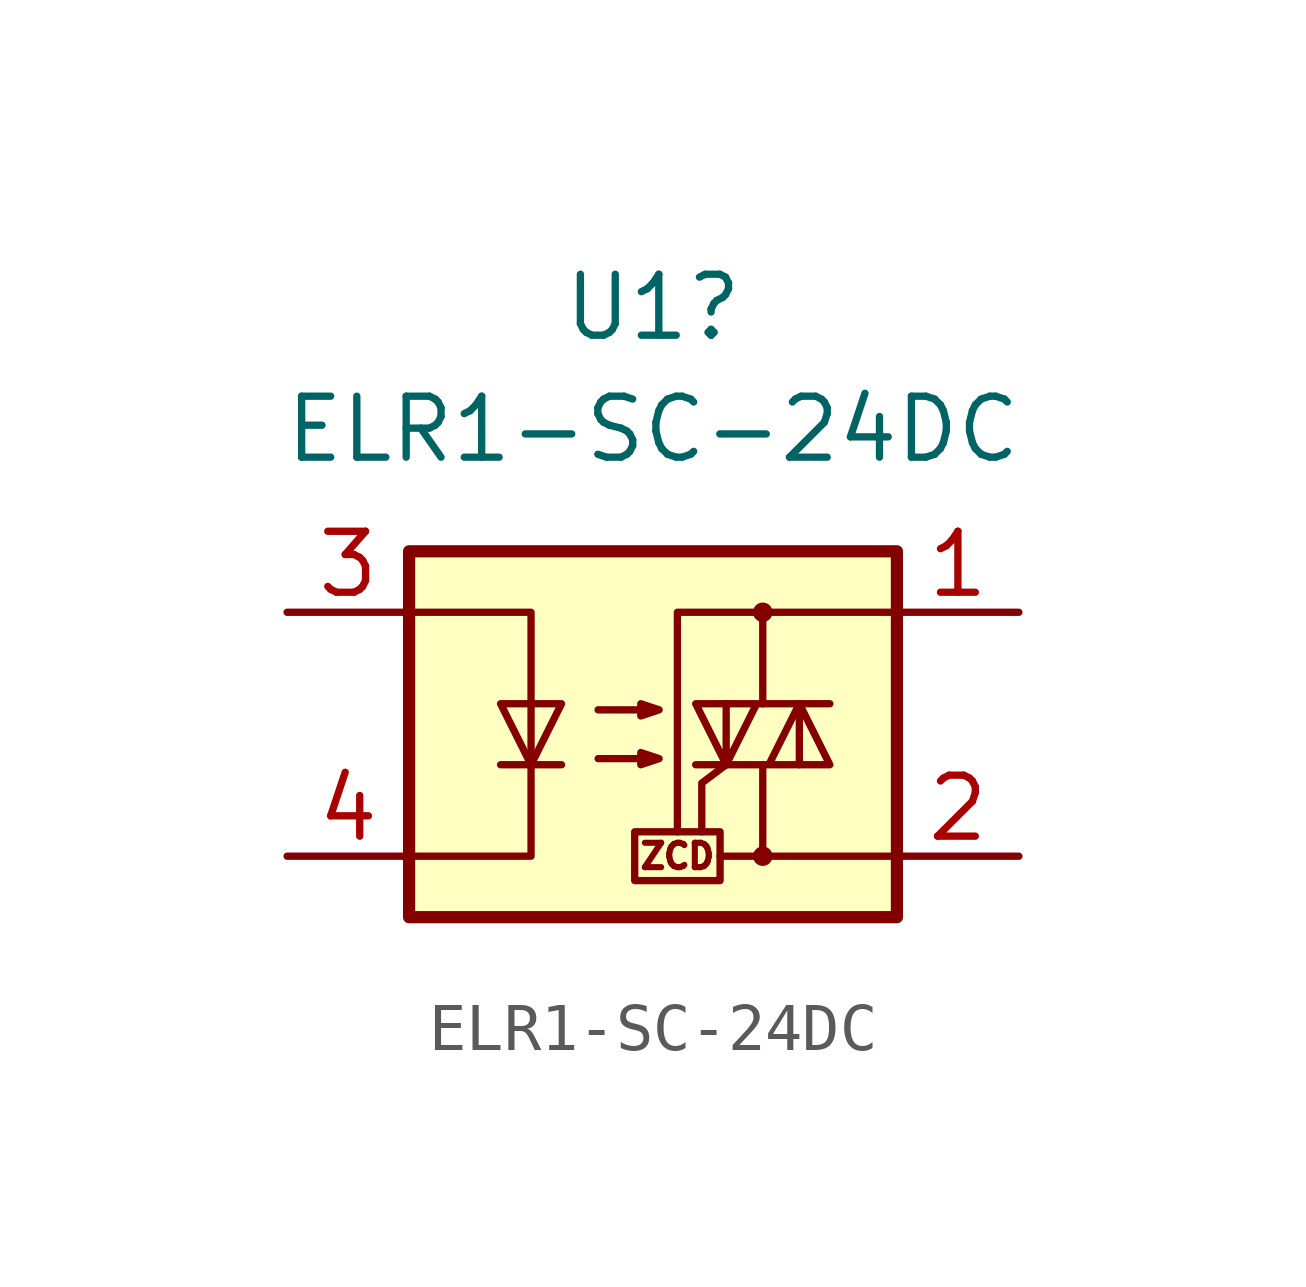
<source format=kicad_sym>
(kicad_symbol_lib
  (version 20241209)
  (generator "kicad_symbol_editor")
  (generator_version "9.0")
  (symbol "ELR1-SC-24DC"
    (property "Reference" "U1"
      (at 0 8.89 0)
      (effects (font (size 1.27 1.27))))
    (property "Value" "ELR1-SC-24DC"
      (at 0 6.35 0)
      (effects (font (size 1.27 1.27))))
    (symbol "ELR1-SC-24DC_0_0"
      (rectangle (start -0.381 -2.032) (end 1.397 -3.048) (stroke (width 0) (type default)) (fill (type none)))
      (polyline (pts (xy 1.524 -0.635) (xy 1.016 -1.016) (xy 1.016 -2.032)) (stroke (width 0) (type default)) (fill (type none)))
      (polyline (pts (xy 2.286 -2.54) (xy 1.397 -2.54)) (stroke (width 0) (type default)) (fill (type none)))
      (text "ZCD" (at 0.508 -2.54 0) (effects (font (size 0.508 0.508)))))
    (symbol "ELR1-SC-24DC_0_1"
      (rectangle (start -5.08 3.81) (end 5.08 -3.81) (stroke (width 0.254) (type default)) (fill (type background)))
      (polyline (pts (xy -5.08 2.54) (xy -2.54 2.54) (xy -2.54 -2.54) (xy -5.08 -2.54)) (stroke (width 0) (type default)) (fill (type none)))
      (polyline (pts (xy -3.175 -0.635) (xy -1.905 -0.635)) (stroke (width 0) (type default)) (fill (type none)))
      (polyline (pts (xy -2.54 -0.635) (xy -3.175 0.635) (xy -1.905 0.635) (xy -2.54 -0.635)) (stroke (width 0) (type default)) (fill (type none)))
      (polyline (pts (xy -1.143 0.508) (xy 0.127 0.508) (xy -0.254 0.381) (xy -0.254 0.635) (xy 0.127 0.508)) (stroke (width 0) (type default)) (fill (type none)))
      (polyline (pts (xy -1.143 -0.508) (xy 0.127 -0.508) (xy -0.254 -0.635) (xy -0.254 -0.381) (xy 0.127 -0.508)) (stroke (width 0) (type default)) (fill (type none)))
      (polyline (pts (xy 0.889 -0.635) (xy 3.683 -0.635) (xy 3.048 0.635) (xy 2.413 -0.635)) (stroke (width 0) (type default)) (fill (type none)))
      (polyline (pts (xy 1.524 -0.635) (xy 1.524 0.635)) (stroke (width 0) (type default)) (fill (type none)))
      (polyline (pts (xy 2.286 2.54) (xy 0.508 2.54) (xy 0.508 -2.032)) (stroke (width 0) (type default)) (fill (type none)))
      (circle (center 2.286 2.54) (radius 0.127) (stroke (width 0) (type default)) (fill (type none)))
      (polyline (pts (xy 2.286 0.635) (xy 2.286 2.54) (xy 5.08 2.54)) (stroke (width 0) (type default)) (fill (type none)))
      (polyline (pts (xy 2.286 -0.635) (xy 2.286 -2.54) (xy 5.08 -2.54)) (stroke (width 0) (type default)) (fill (type none)))
      (circle (center 2.286 -2.54) (radius 0.127) (stroke (width 0) (type default)) (fill (type none)))
      (polyline (pts (xy 3.048 0.635) (xy 3.048 -0.635)) (stroke (width 0) (type default)) (fill (type none)))
      (polyline (pts (xy 3.683 0.635) (xy 0.889 0.635) (xy 1.524 -0.635) (xy 2.159 0.635)) (stroke (width 0) (type default)) (fill (type none))))
    (symbol "ELR1-SC-24DC_1_1"
      (pin passive line (at -7.62 2.54 0) (length 2.54) (name "~" (effects (font (size 1.27 1.27)))) (number "3" (effects (font (size 1.27 1.27)))))
      (pin passive line (at -7.62 -2.54 0) (length 2.54) (name "~" (effects (font (size 1.27 1.27)))) (number "4" (effects (font (size 1.27 1.27)))))
      (pin passive line (at 7.62 2.54 180) (length 2.54) (name "~" (effects (font (size 1.27 1.27)))) (number "1" (effects (font (size 1.27 1.27)))))
      (pin passive line (at 7.62 -2.54 180) (length 2.54) (name "~" (effects (font (size 1.27 1.27)))) (number "2" (effects (font (size 1.27 1.27))))))))
</source>
